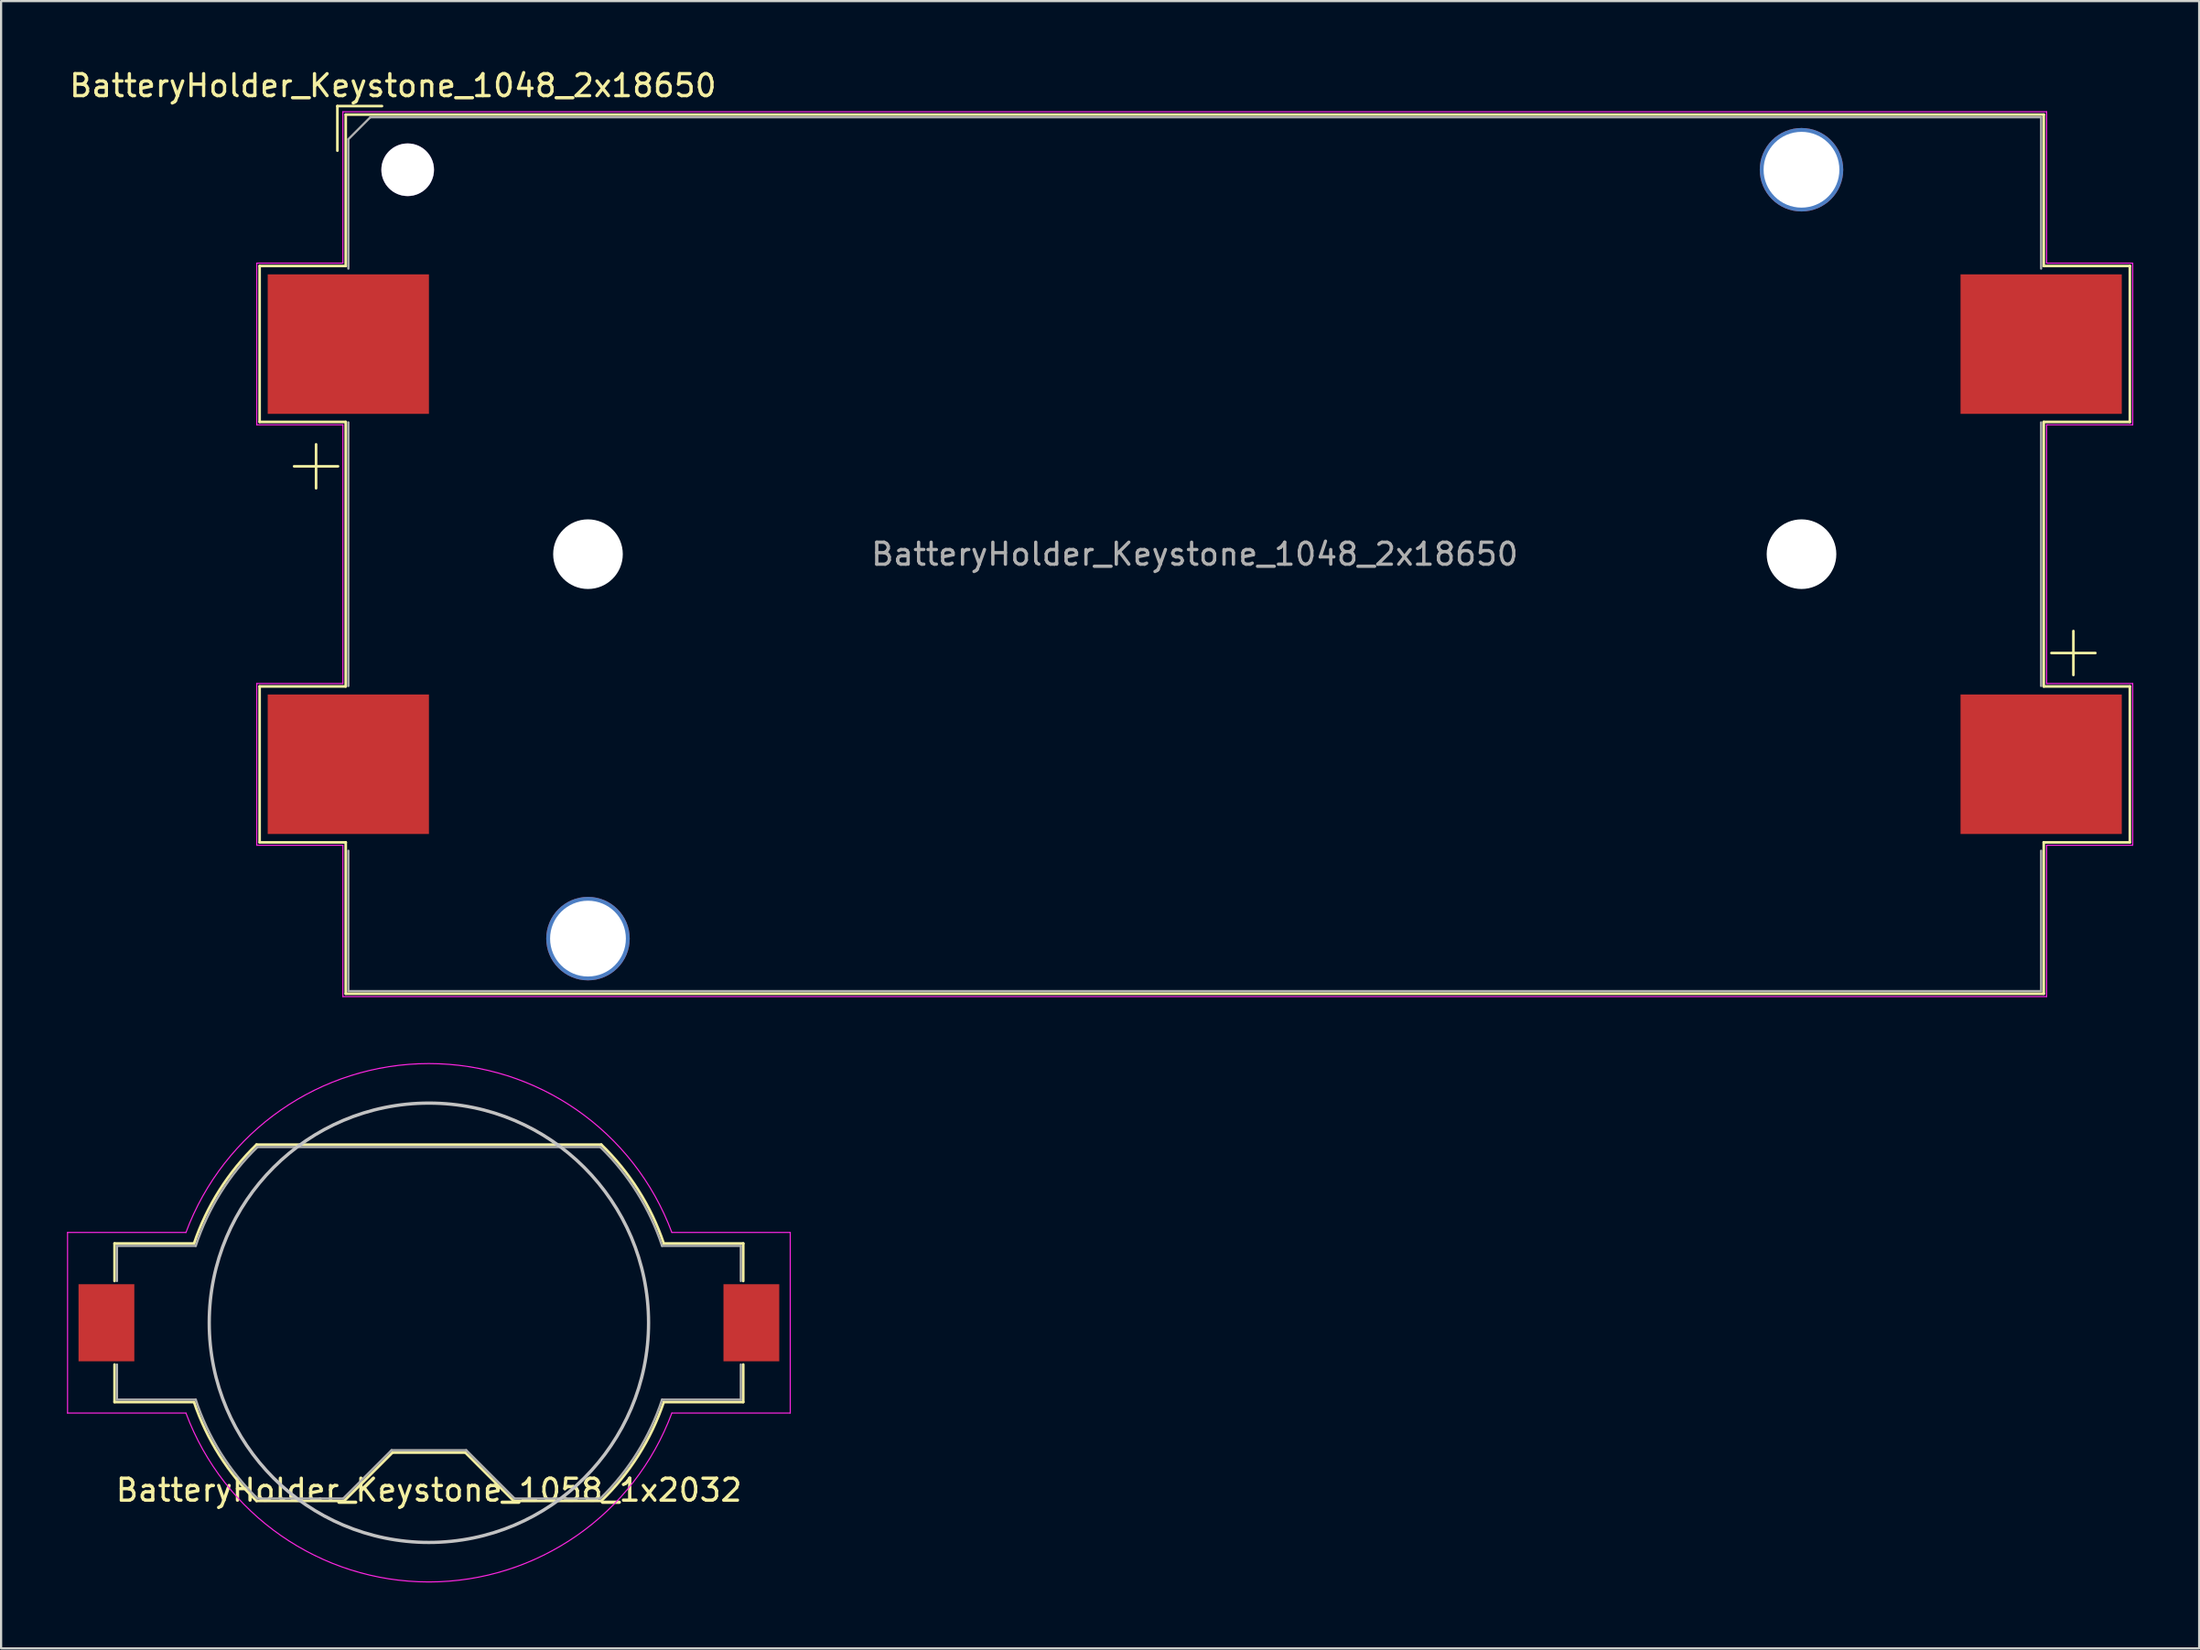
<source format=kicad_pcb>
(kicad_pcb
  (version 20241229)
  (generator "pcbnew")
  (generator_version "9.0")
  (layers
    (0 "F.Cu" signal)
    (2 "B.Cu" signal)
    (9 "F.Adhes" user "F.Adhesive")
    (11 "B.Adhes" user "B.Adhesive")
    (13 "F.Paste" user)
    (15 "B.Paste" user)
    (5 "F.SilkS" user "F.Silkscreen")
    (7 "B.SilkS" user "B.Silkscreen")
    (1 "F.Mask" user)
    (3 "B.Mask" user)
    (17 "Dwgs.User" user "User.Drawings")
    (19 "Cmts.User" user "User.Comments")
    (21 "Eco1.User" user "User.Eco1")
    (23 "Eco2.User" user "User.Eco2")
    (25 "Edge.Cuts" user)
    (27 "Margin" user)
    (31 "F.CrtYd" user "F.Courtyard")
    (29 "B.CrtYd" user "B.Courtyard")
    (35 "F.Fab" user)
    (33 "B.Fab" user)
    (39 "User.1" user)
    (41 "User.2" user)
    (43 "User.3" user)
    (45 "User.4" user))
  (footprint "BatteryHolder_Keystone_1048_2x18650"
    (layer "F.Cu")
    (at 51.339 22.178)
    (property "Reference" "BatteryHolder_Keystone_1048_2x18650" (at -36.5 -21.33 0) (layer "F.SilkS") (effects (font (size 1 1) (thickness 0.15))))
    (attr smd)
    (fp_line (start -42.57 -13.12) (end -38.65 -13.12) (stroke (width 0.12) (type solid)) (layer "F.SilkS"))
    (fp_line (start -42.57 -6.02) (end -42.57 -13.12) (stroke (width 0.12) (type solid)) (layer "F.SilkS"))
    (fp_line (start -42.57 6.02) (end -38.65 6.02) (stroke (width 0.12) (type solid)) (layer "F.SilkS"))
    (fp_line (start -42.57 13.12) (end -42.57 6.02) (stroke (width 0.12) (type solid)) (layer "F.SilkS"))
    (fp_line (start -41 -4) (end -39 -4) (stroke (width 0.12) (type solid)) (layer "F.SilkS"))
    (fp_line (start -40 -5) (end -40 -3) (stroke (width 0.12) (type solid)) (layer "F.SilkS"))
    (fp_line (start -39.03 -20.4) (end -39.03 -18.37) (stroke (width 0.12) (type solid)) (layer "F.SilkS"))
    (fp_line (start -39.03 -20.4) (end -37 -20.4) (stroke (width 0.12) (type solid)) (layer "F.SilkS"))
    (fp_line (start -38.65 -20.01) (end 38.65 -20.01) (stroke (width 0.12) (type solid)) (layer "F.SilkS"))
    (fp_line (start -38.65 -13.12) (end -38.65 -20.01) (stroke (width 0.12) (type solid)) (layer "F.SilkS"))
    (fp_line (start -38.65 -6.02) (end -42.57 -6.02) (stroke (width 0.12) (type solid)) (layer "F.SilkS"))
    (fp_line (start -38.65 6.02) (end -38.65 -6.02) (stroke (width 0.12) (type solid)) (layer "F.SilkS"))
    (fp_line (start -38.65 13.12) (end -42.57 13.12) (stroke (width 0.12) (type solid)) (layer "F.SilkS"))
    (fp_line (start -38.65 20.01) (end -38.65 13.12) (stroke (width 0.12) (type solid)) (layer "F.SilkS"))
    (fp_line (start 38.65 -20.01) (end 38.65 -13.12) (stroke (width 0.12) (type solid)) (layer "F.SilkS"))
    (fp_line (start 38.65 -13.12) (end 42.57 -13.12) (stroke (width 0.12) (type solid)) (layer "F.SilkS"))
    (fp_line (start 38.65 -6.02) (end 38.65 6.02) (stroke (width 0.12) (type solid)) (layer "F.SilkS"))
    (fp_line (start 38.65 6.02) (end 42.57 6.02) (stroke (width 0.12) (type solid)) (layer "F.SilkS"))
    (fp_line (start 38.65 13.12) (end 38.65 20.01) (stroke (width 0.12) (type solid)) (layer "F.SilkS"))
    (fp_line (start 38.65 20.01) (end -38.65 20.01) (stroke (width 0.12) (type solid)) (layer "F.SilkS"))
    (fp_line (start 39 4.5) (end 41 4.5) (stroke (width 0.12) (type solid)) (layer "F.SilkS"))
    (fp_line (start 40 3.5) (end 40 5.5) (stroke (width 0.12) (type solid)) (layer "F.SilkS"))
    (fp_line (start 42.57 -13.12) (end 42.57 -6.02) (stroke (width 0.12) (type solid)) (layer "F.SilkS"))
    (fp_line (start 42.57 -6.02) (end 38.65 -6.02) (stroke (width 0.12) (type solid)) (layer "F.SilkS"))
    (fp_line (start 42.57 6.02) (end 42.57 13.12) (stroke (width 0.12) (type solid)) (layer "F.SilkS"))
    (fp_line (start 42.57 13.12) (end 38.65 13.12) (stroke (width 0.12) (type solid)) (layer "F.SilkS"))
    (fp_line (start -42.7 -13.25) (end -42.7 -5.89) (stroke (width 0.05) (type solid)) (layer "F.CrtYd"))
    (fp_line (start -42.7 -13.25) (end -38.78 -13.25) (stroke (width 0.05) (type solid)) (layer "F.CrtYd"))
    (fp_line (start -42.7 -5.89) (end -38.78 -5.89) (stroke (width 0.05) (type solid)) (layer "F.CrtYd"))
    (fp_line (start -42.7 5.89) (end -42.7 13.25) (stroke (width 0.05) (type solid)) (layer "F.CrtYd"))
    (fp_line (start -42.7 5.89) (end -38.78 5.89) (stroke (width 0.05) (type solid)) (layer "F.CrtYd"))
    (fp_line (start -42.7 13.25) (end -38.78 13.25) (stroke (width 0.05) (type solid)) (layer "F.CrtYd"))
    (fp_line (start -38.78 -20.14) (end -38.78 -13.25) (stroke (width 0.05) (type solid)) (layer "F.CrtYd"))
    (fp_line (start -38.78 -20.14) (end 38.78 -20.14) (stroke (width 0.05) (type solid)) (layer "F.CrtYd"))
    (fp_line (start -38.78 -5.89) (end -38.78 5.89) (stroke (width 0.05) (type solid)) (layer "F.CrtYd"))
    (fp_line (start -38.78 13.25) (end -38.78 20.14) (stroke (width 0.05) (type solid)) (layer "F.CrtYd"))
    (fp_line (start -38.78 20.14) (end 38.78 20.14) (stroke (width 0.05) (type solid)) (layer "F.CrtYd"))
    (fp_line (start 38.78 -20.14) (end 38.78 -13.25) (stroke (width 0.05) (type solid)) (layer "F.CrtYd"))
    (fp_line (start 38.78 -13.25) (end 42.7 -13.25) (stroke (width 0.05) (type solid)) (layer "F.CrtYd"))
    (fp_line (start 38.78 -5.89) (end 38.78 5.89) (stroke (width 0.05) (type solid)) (layer "F.CrtYd"))
    (fp_line (start 38.78 -5.89) (end 42.7 -5.89) (stroke (width 0.05) (type solid)) (layer "F.CrtYd"))
    (fp_line (start 38.78 5.89) (end 42.7 5.89) (stroke (width 0.05) (type solid)) (layer "F.CrtYd"))
    (fp_line (start 38.78 13.25) (end 38.78 20.14) (stroke (width 0.05) (type solid)) (layer "F.CrtYd"))
    (fp_line (start 38.78 13.25) (end 42.7 13.25) (stroke (width 0.05) (type solid)) (layer "F.CrtYd"))
    (fp_line (start 42.7 -13.25) (end 42.7 -5.89) (stroke (width 0.05) (type solid)) (layer "F.CrtYd"))
    (fp_line (start 42.7 5.89) (end 42.7 13.25) (stroke (width 0.05) (type solid)) (layer "F.CrtYd"))
    (fp_line (start -38.53 -18.89) (end -38.53 -13) (stroke (width 0.1) (type solid)) (layer "F.Fab"))
    (fp_line (start -38.53 -18.89) (end -37.53 -19.89) (stroke (width 0.1) (type solid)) (layer "F.Fab"))
    (fp_line (start -38.53 -6) (end -38.53 6) (stroke (width 0.1) (type solid)) (layer "F.Fab"))
    (fp_line (start -38.53 13.5) (end -38.53 19.89) (stroke (width 0.1) (type solid)) (layer "F.Fab"))
    (fp_line (start -38.53 19.89) (end 38.53 19.89) (stroke (width 0.1) (type solid)) (layer "F.Fab"))
    (fp_line (start -37.53 -19.89) (end 38.53 -19.89) (stroke (width 0.1) (type solid)) (layer "F.Fab"))
    (fp_line (start 38.53 -13) (end 38.53 -19.89) (stroke (width 0.1) (type solid)) (layer "F.Fab"))
    (fp_line (start 38.53 6) (end 38.53 -6) (stroke (width 0.1) (type solid)) (layer "F.Fab"))
    (fp_line (start 38.53 19.89) (end 38.53 13.5) (stroke (width 0.1) (type solid)) (layer "F.Fab"))
    (fp_text user "${REFERENCE}" (at 0 0 0) (layer "F.Fab") (effects (font (size 1 1) (thickness 0.15))))
    (pad "" np_thru_hole circle (at -35.83 -17.5) (size 2.4 2.4) (drill 2.39) (layers "*.Cu" "*.Mask"))
    (pad "" np_thru_hole circle (at -27.622 0) (size 3.17 3.17) (drill 3.17) (layers "*.Cu" "*.Mask"))
    (pad "" np_thru_hole circle (at -27.622 17.501) (size 3.8 3.8) (drill 3.45) (layers "*.Cu" "*.Mask"))
    (pad "" np_thru_hole circle (at 27.622 -17.501) (size 3.8 3.8) (drill 3.45) (layers "*.Cu" "*.Mask"))
    (pad "" np_thru_hole circle (at 27.622 0) (size 3.17 3.17) (drill 3.17) (layers "*.Cu" "*.Mask"))
    (pad "1" smd rect (at -38.532 -9.563) (size 7.34 6.35) (layers "F.Cu" "F.Mask" "F.Paste"))
    (pad "2" smd trapezoid (at -38.532 9.563) (size 7.34 6.35) (layers "F.Cu" "F.Mask" "F.Paste"))
    (pad "3" smd trapezoid (at 38.532 9.563) (size 7.34 6.35) (layers "F.Cu" "F.Mask" "F.Paste"))
    (pad "4" smd trapezoid (at 38.532 -9.563) (size 7.34 6.35) (layers "F.Cu" "F.Mask" "F.Paste")))
  (footprint "BatteryHolder_Keystone_1058_1x2032"
    (layer "F.Cu")
    (at 16.475 57.167)
    (property "Reference" "BatteryHolder_Keystone_1058_1x2032" (at 0 7.62 0) (layer "F.SilkS") (effects (font (size 1 1) (thickness 0.15))))
    (attr smd)
    (fp_line (start -14.31 -3.61) (end -10.692 -3.61) (stroke (width 0.12) (type solid)) (layer "F.SilkS"))
    (fp_line (start -14.31 -1.9) (end -14.31 -3.61) (stroke (width 0.12) (type solid)) (layer "F.SilkS"))
    (fp_line (start -14.31 1.9) (end -14.31 3.61) (stroke (width 0.12) (type solid)) (layer "F.SilkS"))
    (fp_line (start -10.692 3.61) (end -14.31 3.61) (stroke (width 0.12) (type solid)) (layer "F.SilkS"))
    (fp_line (start -7.847 -8.11) (end 7.847 -8.11) (stroke (width 0.12) (type solid)) (layer "F.SilkS"))
    (fp_line (start -3.86 8.11) (end -7.847 8.11) (stroke (width 0.12) (type solid)) (layer "F.SilkS"))
    (fp_line (start -1.66 5.91) (end -3.86 8.11) (stroke (width 0.12) (type solid)) (layer "F.SilkS"))
    (fp_line (start 1.66 5.91) (end -1.66 5.91) (stroke (width 0.12) (type solid)) (layer "F.SilkS"))
    (fp_line (start 1.66 5.91) (end 3.86 8.11) (stroke (width 0.12) (type solid)) (layer "F.SilkS"))
    (fp_line (start 7.847 8.11) (end 3.86 8.11) (stroke (width 0.12) (type solid)) (layer "F.SilkS"))
    (fp_line (start 10.692 -3.61) (end 14.31 -3.61) (stroke (width 0.12) (type solid)) (layer "F.SilkS"))
    (fp_line (start 14.31 -1.9) (end 14.31 -3.61) (stroke (width 0.12) (type solid)) (layer "F.SilkS"))
    (fp_line (start 14.31 1.9) (end 14.31 3.61) (stroke (width 0.12) (type solid)) (layer "F.SilkS"))
    (fp_line (start 14.31 3.61) (end 10.692 3.61) (stroke (width 0.12) (type solid)) (layer "F.SilkS"))
    (fp_arc (start -10.692 -3.61) (mid -9.538084 -6.031244) (end -7.845371 -8.111789) (stroke (width 0.12) (type solid)) (layer "F.SilkS"))
    (fp_arc (start -7.845371 8.111789) (mid -9.538085 6.031244) (end -10.692 3.61) (stroke (width 0.12) (type solid)) (layer "F.SilkS"))
    (fp_arc (start 7.845371 -8.111789) (mid 9.538085 -6.031244) (end 10.692 -3.61) (stroke (width 0.12) (type solid)) (layer "F.SilkS"))
    (fp_arc (start 10.692 3.61) (mid 9.538084 6.031244) (end 7.845371 8.111789) (stroke (width 0.12) (type solid)) (layer "F.SilkS"))
    (fp_circle (center 0 0) (end 10 0) (stroke (width 0.15) (type solid)) (fill no) (layer "Dwgs.User"))
    (fp_line (start -16.45 -4.11) (end -16.45 4.11) (stroke (width 0.05) (type solid)) (layer "F.CrtYd"))
    (fp_line (start -16.45 -4.11) (end -11.06 -4.11) (stroke (width 0.05) (type solid)) (layer "F.CrtYd"))
    (fp_line (start -16.45 4.11) (end -11.06 4.11) (stroke (width 0.05) (type solid)) (layer "F.CrtYd"))
    (fp_line (start 11.06 4.11) (end 16.45 4.11) (stroke (width 0.05) (type solid)) (layer "F.CrtYd"))
    (fp_line (start 16.45 -4.11) (end 11.06 -4.11) (stroke (width 0.05) (type solid)) (layer "F.CrtYd"))
    (fp_line (start 16.45 4.11) (end 16.45 -4.11) (stroke (width 0.05) (type solid)) (layer "F.CrtYd"))
    (fp_arc (start -11.06 -4.11) (mid -0.002978 -11.79897) (end 11.057924 -4.115582) (stroke (width 0.05) (type solid)) (layer "F.CrtYd"))
    (fp_arc (start 11.06 4.11) (mid 0.002978 11.79897) (end -11.057924 4.115582) (stroke (width 0.05) (type solid)) (layer "F.CrtYd"))
    (fp_line (start -14.2 -3.5) (end -14.2 -1.9) (stroke (width 0.1) (type solid)) (layer "F.Fab"))
    (fp_line (start -14.2 -3.5) (end -10.613 -3.5) (stroke (width 0.1) (type solid)) (layer "F.Fab"))
    (fp_line (start -14.2 1.9) (end -14.2 3.5) (stroke (width 0.1) (type solid)) (layer "F.Fab"))
    (fp_line (start -14.2 3.5) (end -10.613 3.5) (stroke (width 0.1) (type solid)) (layer "F.Fab"))
    (fp_line (start -7.803 -8) (end 7.803 -8) (stroke (width 0.1) (type solid)) (layer "F.Fab"))
    (fp_line (start -3.9 8) (end -7.803 8) (stroke (width 0.1) (type solid)) (layer "F.Fab"))
    (fp_line (start -1.7 5.8) (end -3.9 8) (stroke (width 0.1) (type solid)) (layer "F.Fab"))
    (fp_line (start -1.7 5.8) (end 1.7 5.8) (stroke (width 0.1) (type solid)) (layer "F.Fab"))
    (fp_line (start 1.7 5.8) (end 3.9 8) (stroke (width 0.1) (type solid)) (layer "F.Fab"))
    (fp_line (start 3.9 8) (end 7.803 8) (stroke (width 0.1) (type solid)) (layer "F.Fab"))
    (fp_line (start 10.613 -3.5) (end 14.2 -3.5) (stroke (width 0.1) (type solid)) (layer "F.Fab"))
    (fp_line (start 14.2 -3.5) (end 14.2 -1.9) (stroke (width 0.1) (type solid)) (layer "F.Fab"))
    (fp_line (start 14.2 1.9) (end 14.2 3.5) (stroke (width 0.1) (type solid)) (layer "F.Fab"))
    (fp_line (start 14.2 3.5) (end 10.613 3.5) (stroke (width 0.1) (type solid)) (layer "F.Fab"))
    (fp_arc (start -10.61275 -3.5) (mid -9.478596 -5.919179) (end -7.802602 -7.999992) (stroke (width 0.1) (type solid)) (layer "F.Fab"))
    (fp_arc (start -7.802602 7.999992) (mid -9.478596 5.91918) (end -10.61275 3.5) (stroke (width 0.1) (type solid)) (layer "F.Fab"))
    (fp_arc (start 7.802602 -7.999992) (mid 9.478596 -5.91918) (end 10.61275 -3.5) (stroke (width 0.1) (type solid)) (layer "F.Fab"))
    (fp_arc (start 10.61275 3.5) (mid 9.478596 5.919179) (end 7.802602 7.999992) (stroke (width 0.1) (type solid)) (layer "F.Fab"))
    (pad "1" smd rect (at -14.68 0) (size 2.54 3.51) (layers "F.Cu" "F.Mask" "F.Paste"))
    (pad "2" smd rect (at 14.68 0) (size 2.54 3.51) (layers "F.Cu" "F.Mask" "F.Paste")))
  (gr_rect
    (start -3 -3)
    (end 97.064 71.991)
    (stroke (width 0.1) (type default))
    (fill no)
    (layer "Edge.Cuts")))
</source>
